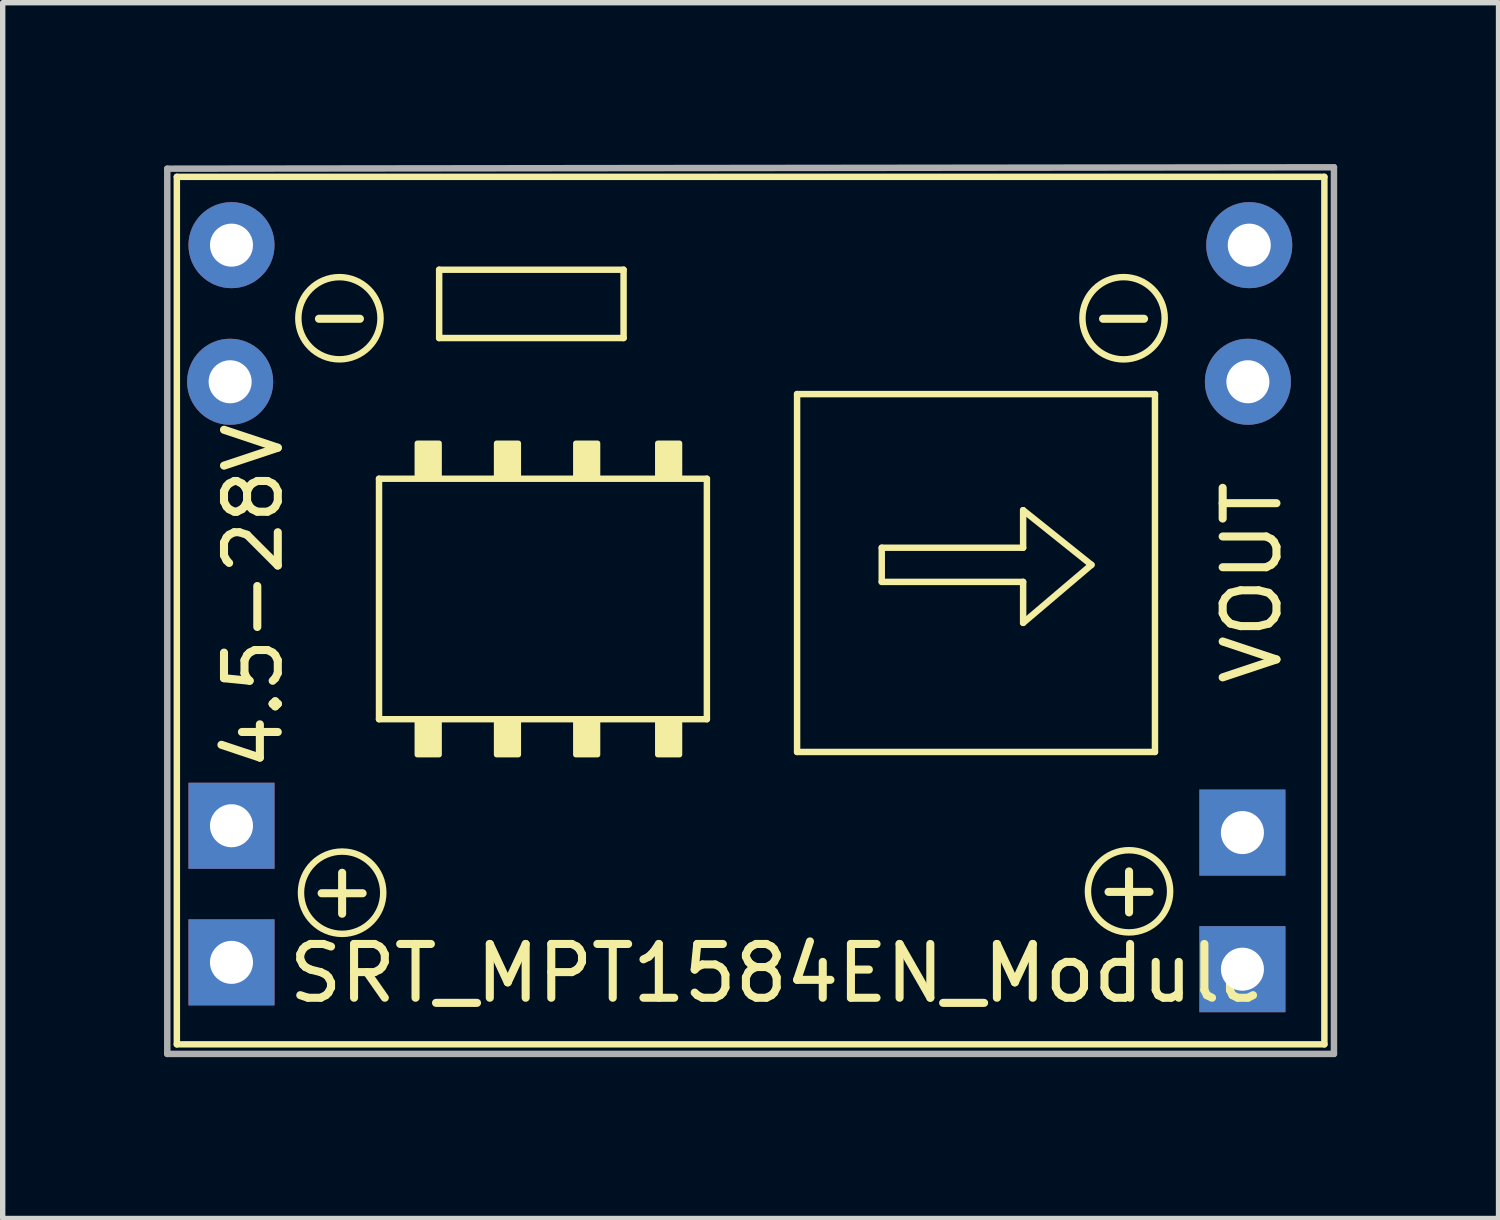
<source format=kicad_pcb>
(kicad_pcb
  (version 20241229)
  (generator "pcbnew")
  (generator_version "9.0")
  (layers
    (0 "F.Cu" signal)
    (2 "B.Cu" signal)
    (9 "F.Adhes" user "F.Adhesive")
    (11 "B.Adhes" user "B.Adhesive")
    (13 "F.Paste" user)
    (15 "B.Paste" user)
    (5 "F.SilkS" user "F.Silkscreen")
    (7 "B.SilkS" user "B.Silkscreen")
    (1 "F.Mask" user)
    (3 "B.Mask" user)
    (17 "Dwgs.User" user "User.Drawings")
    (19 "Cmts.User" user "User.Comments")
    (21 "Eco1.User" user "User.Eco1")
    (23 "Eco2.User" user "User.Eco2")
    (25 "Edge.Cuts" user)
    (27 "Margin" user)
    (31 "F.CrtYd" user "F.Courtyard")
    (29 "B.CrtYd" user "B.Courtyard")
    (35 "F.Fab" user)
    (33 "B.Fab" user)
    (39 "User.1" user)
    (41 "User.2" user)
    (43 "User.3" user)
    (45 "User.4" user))
  (footprint "SRT_MPT1584EN_Module"
    (layer "F.Cu")
    (at 11.414 7.731)
    (property "Reference" "SRT_MPT1584EN_Module" (at 0 7.315 180) (layer "F.SilkS") (effects (font (size 1 1) (thickness 0.15))))
    (attr through_hole)
    (fp_line (start -11.176 -7.493) (end -11.176 8.636) (stroke (width 0.12) (type solid)) (layer "F.SilkS"))
    (fp_line (start -11.176 8.636) (end 10.16 8.636) (stroke (width 0.12) (type solid)) (layer "F.SilkS"))
    (fp_line (start -7.417 -1.88) (end -1.321 -1.88) (stroke (width 0.12) (type solid)) (layer "F.SilkS"))
    (fp_line (start -7.417 2.591) (end -7.417 -1.88) (stroke (width 0.12) (type solid)) (layer "F.SilkS"))
    (fp_line (start -6.299 -5.766) (end -2.87 -5.766) (stroke (width 0.12) (type solid)) (layer "F.SilkS"))
    (fp_line (start -6.299 -4.496) (end -6.299 -5.766) (stroke (width 0.12) (type solid)) (layer "F.SilkS"))
    (fp_line (start -2.87 -5.766) (end -2.87 -4.496) (stroke (width 0.12) (type solid)) (layer "F.SilkS"))
    (fp_line (start -2.87 -4.496) (end -6.299 -4.496) (stroke (width 0.12) (type solid)) (layer "F.SilkS"))
    (fp_line (start -1.321 2.591) (end -7.417 2.591) (stroke (width 0.12) (type solid)) (layer "F.SilkS"))
    (fp_line (start -1.321 2.591) (end -1.321 -1.88) (stroke (width 0.12) (type solid)) (layer "F.SilkS"))
    (fp_line (start 0.356 -3.454) (end 0.356 3.2) (stroke (width 0.12) (type solid)) (layer "F.SilkS"))
    (fp_line (start 0.356 -3.454) (end 7.01 -3.454) (stroke (width 0.12) (type solid)) (layer "F.SilkS"))
    (fp_line (start 1.93 -0.597) (end 4.559 -0.597) (stroke (width 0.12) (type solid)) (layer "F.SilkS"))
    (fp_line (start 1.93 0.038) (end 1.93 -0.597) (stroke (width 0.12) (type solid)) (layer "F.SilkS"))
    (fp_line (start 1.93 0.038) (end 4.559 0.038) (stroke (width 0.12) (type solid)) (layer "F.SilkS"))
    (fp_line (start 4.559 -1.295) (end 5.829 -0.279) (stroke (width 0.12) (type solid)) (layer "F.SilkS"))
    (fp_line (start 4.559 -0.597) (end 4.559 -1.295) (stroke (width 0.12) (type solid)) (layer "F.SilkS"))
    (fp_line (start 4.559 0.8) (end 4.559 0.038) (stroke (width 0.12) (type solid)) (layer "F.SilkS"))
    (fp_line (start 5.829 -0.279) (end 4.559 0.8) (stroke (width 0.12) (type solid)) (layer "F.SilkS"))
    (fp_line (start 7.01 -3.454) (end 7.01 3.2) (stroke (width 0.12) (type solid)) (layer "F.SilkS"))
    (fp_line (start 7.01 3.2) (end 0.356 3.2) (stroke (width 0.12) (type solid)) (layer "F.SilkS"))
    (fp_line (start 10.16 -7.493) (end -11.176 -7.493) (stroke (width 0.12) (type solid)) (layer "F.SilkS"))
    (fp_line (start 10.16 8.636) (end 10.16 -7.493) (stroke (width 0.12) (type solid)) (layer "F.SilkS"))
    (fp_circle (center -8.153 -4.864) (end -7.582 -4.356) (stroke (width 0.12) (type solid)) (fill no) (layer "F.SilkS"))
    (fp_circle (center -8.103 5.817) (end -7.531 6.325) (stroke (width 0.12) (type solid)) (fill no) (layer "F.SilkS"))
    (fp_circle (center 6.426 -4.864) (end 6.998 -4.356) (stroke (width 0.12) (type solid)) (fill no) (layer "F.SilkS"))
    (fp_circle (center 6.528 5.791) (end 7.099 6.299) (stroke (width 0.12) (type solid)) (fill no) (layer "F.SilkS"))
    (fp_poly (pts (xy -6.706 -2.54) (xy -6.299 -2.54) (xy -6.299 -1.93) (xy -6.706 -1.93)) (stroke (width 0.1) (type solid)) (fill yes) (layer "F.SilkS"))
    (fp_poly (pts (xy -6.706 2.642) (xy -6.299 2.642) (xy -6.299 3.251) (xy -6.706 3.251)) (stroke (width 0.1) (type solid)) (fill yes) (layer "F.SilkS"))
    (fp_poly (pts (xy -5.232 -2.54) (xy -4.826 -2.54) (xy -4.826 -1.93) (xy -5.232 -1.93)) (stroke (width 0.1) (type solid)) (fill yes) (layer "F.SilkS"))
    (fp_poly (pts (xy -5.232 2.642) (xy -4.826 2.642) (xy -4.826 3.251) (xy -5.232 3.251)) (stroke (width 0.1) (type solid)) (fill yes) (layer "F.SilkS"))
    (fp_poly (pts (xy -3.759 -2.54) (xy -3.353 -2.54) (xy -3.353 -1.93) (xy -3.759 -1.93)) (stroke (width 0.1) (type solid)) (fill yes) (layer "F.SilkS"))
    (fp_poly (pts (xy -3.759 2.642) (xy -3.353 2.642) (xy -3.353 3.251) (xy -3.759 3.251)) (stroke (width 0.1) (type solid)) (fill yes) (layer "F.SilkS"))
    (fp_poly (pts (xy -2.235 -2.54) (xy -1.829 -2.54) (xy -1.829 -1.93) (xy -2.235 -1.93)) (stroke (width 0.1) (type solid)) (fill yes) (layer "F.SilkS"))
    (fp_poly (pts (xy -2.235 2.642) (xy -1.829 2.642) (xy -1.829 3.251) (xy -2.235 3.251)) (stroke (width 0.1) (type solid)) (fill yes) (layer "F.SilkS"))
    (fp_line (start -11.354 -7.645) (end -11.354 8.814) (stroke (width 0.12) (type solid)) (layer "F.Fab"))
    (fp_line (start -11.354 -7.645) (end 10.338 -7.671) (stroke (width 0.12) (type solid)) (layer "F.Fab"))
    (fp_line (start -11.354 8.814) (end 10.338 8.814) (stroke (width 0.12) (type solid)) (layer "F.Fab"))
    (fp_line (start 10.338 -7.671) (end 10.338 8.814) (stroke (width 0.12) (type solid)) (layer "F.Fab"))
    (fp_text user "4.5-28V" (at -9.754 0.305 270) (layer "F.SilkS") (effects (font (size 1 1) (thickness 0.15))))
    (fp_text user "-" (at -8.153 -4.928 0) (layer "F.SilkS") (effects (font (size 1 1) (thickness 0.15))))
    (fp_text user "+" (at 6.528 5.728 0) (layer "F.SilkS") (effects (font (size 1 1) (thickness 0.15))))
    (fp_text user "+" (at -8.103 5.753 0) (layer "F.SilkS") (effects (font (size 1 1) (thickness 0.15))))
    (fp_text user "-" (at 6.426 -4.928 0) (layer "F.SilkS") (effects (font (size 1 1) (thickness 0.15))))
    (fp_text user "VOUT" (at 8.814 0.051 270) (layer "F.SilkS") (effects (font (size 1 1) (thickness 0.15))))
    (pad "1" thru_hole rect (at -10.16 4.572 90) (size 1.6 1.6) (drill 0.8) (layers "*.Cu" "B.Mask"))
    (pad "1" thru_hole rect (at -10.16 7.112 90) (size 1.6 1.6) (drill 0.8) (layers "*.Cu" "B.Mask"))
    (pad "2" thru_hole oval (at -10.185 -3.683 90) (size 1.6 1.6) (drill 0.8) (layers "*.Cu" "B.Mask"))
    (pad "2" thru_hole oval (at -10.16 -6.223 90) (size 1.6 1.6) (drill 0.8) (layers "*.Cu" "B.Mask"))
    (pad "3" thru_hole rect (at 8.636 4.699 90) (size 1.6 1.6) (drill 0.8) (layers "*.Cu" "B.Mask"))
    (pad "3" thru_hole rect (at 8.636 7.239 90) (size 1.6 1.6) (drill 0.8) (layers "*.Cu" "B.Mask"))
    (pad "4" thru_hole oval (at 8.738 -3.683 90) (size 1.6 1.6) (drill 0.8) (layers "*.Cu" "B.Mask"))
    (pad "4" thru_hole oval (at 8.763 -6.223 90) (size 1.6 1.6) (drill 0.8) (layers "*.Cu" "B.Mask")))
  (gr_rect
    (start -3 -3)
    (end 24.812 19.605)
    (stroke (width 0.1) (type default))
    (fill no)
    (layer "Edge.Cuts")))
</source>
